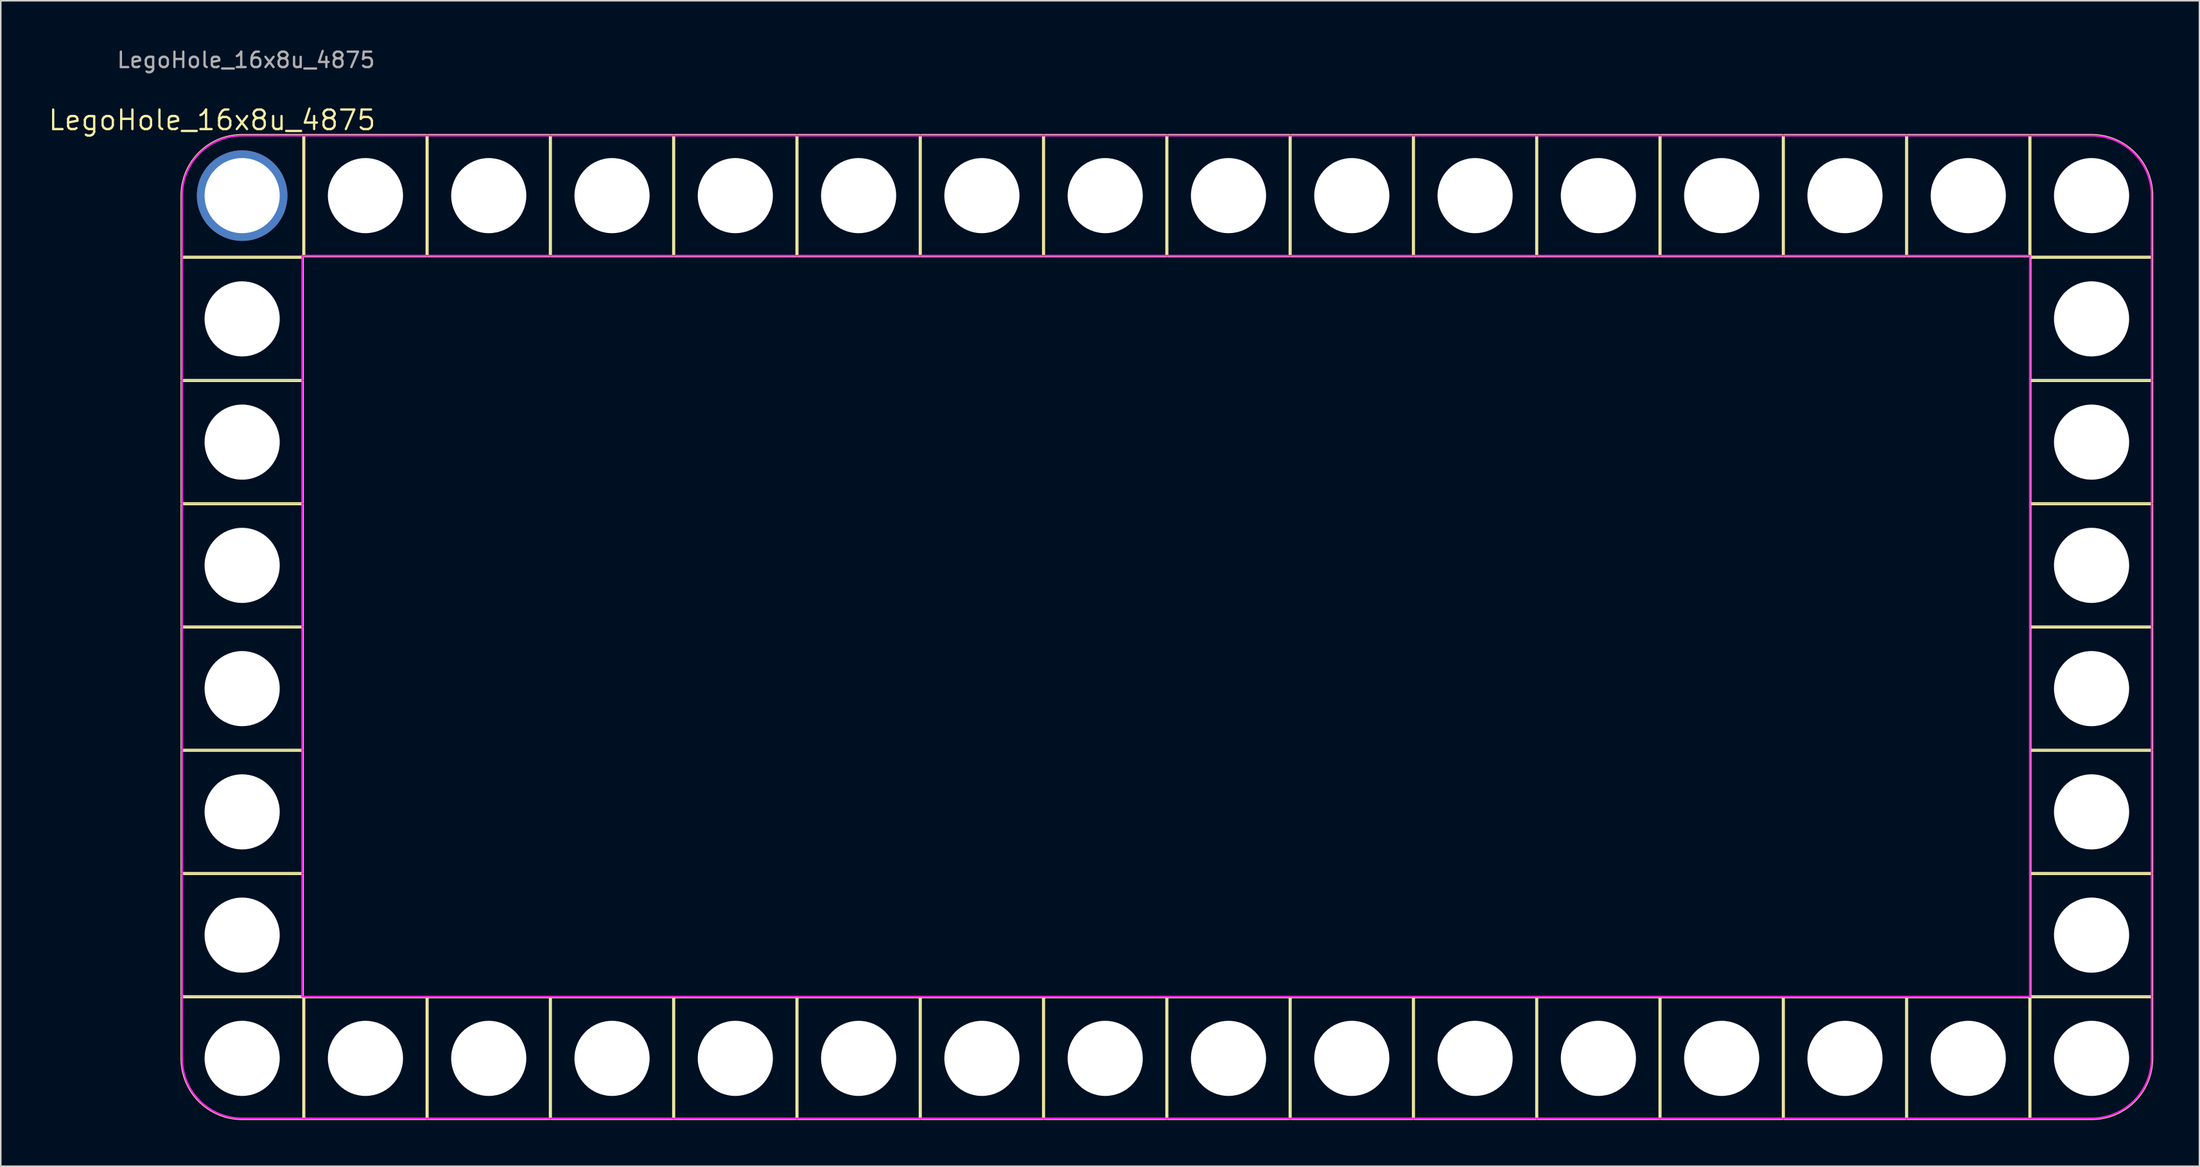
<source format=kicad_pcb>
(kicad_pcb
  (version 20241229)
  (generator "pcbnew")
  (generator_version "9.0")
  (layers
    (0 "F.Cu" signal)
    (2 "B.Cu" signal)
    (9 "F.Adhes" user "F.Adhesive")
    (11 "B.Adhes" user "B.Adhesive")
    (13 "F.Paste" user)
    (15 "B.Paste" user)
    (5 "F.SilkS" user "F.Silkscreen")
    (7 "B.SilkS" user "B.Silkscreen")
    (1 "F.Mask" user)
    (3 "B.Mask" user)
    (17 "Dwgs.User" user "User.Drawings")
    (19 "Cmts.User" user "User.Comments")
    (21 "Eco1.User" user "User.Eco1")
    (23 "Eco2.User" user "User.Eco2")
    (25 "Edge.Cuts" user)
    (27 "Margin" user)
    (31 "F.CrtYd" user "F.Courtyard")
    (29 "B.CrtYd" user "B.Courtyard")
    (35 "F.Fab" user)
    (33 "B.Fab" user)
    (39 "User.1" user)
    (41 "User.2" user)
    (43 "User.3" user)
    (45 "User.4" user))
  (footprint "LegoHole_16x8u_4875"
    (layer "F.Cu")
    (at 7.912 5.948)
    (property "Reference" "LegoHole_16x8u_4875" (at 2.8 -1.2 0) (layer "F.SilkS") (effects (font (size 1.27 1.27) (thickness 0.15))))
    (attr exclude_from_pos_files exclude_from_bom)
    (fp_line (start 0.8 3.7) (end 0.8 7.65) (stroke (width 0.1) (type solid)) (layer "F.SilkS"))
    (fp_line (start 0.8 7.65) (end 8.7 7.65) (stroke (width 0.1) (type solid)) (layer "F.SilkS"))
    (fp_line (start 0.8 59.7) (end 0.8 55.75) (stroke (width 0.1) (type solid)) (layer "F.SilkS"))
    (fp_line (start 4.75 -0.25) (end 8.7 -0.25) (stroke (width 0.1) (type solid)) (layer "F.SilkS"))
    (fp_line (start 4.75 63.65) (end 8.7 63.65) (stroke (width 0.1) (type solid)) (layer "F.SilkS"))
    (fp_line (start 8.7 7.65) (end 8.7 -0.25) (stroke (width 0.1) (type solid)) (layer "F.SilkS"))
    (fp_line (start 8.7 55.75) (end 0.8 55.75) (stroke (width 0.1) (type solid)) (layer "F.SilkS"))
    (fp_line (start 8.7 63.65) (end 8.7 55.75) (stroke (width 0.1) (type solid)) (layer "F.SilkS"))
    (fp_line (start 120.8 -0.25) (end 120.8 7.65) (stroke (width 0.1) (type solid)) (layer "F.SilkS"))
    (fp_line (start 120.8 7.65) (end 128.7 7.65) (stroke (width 0.1) (type solid)) (layer "F.SilkS"))
    (fp_line (start 120.8 55.75) (end 120.8 63.65) (stroke (width 0.1) (type solid)) (layer "F.SilkS"))
    (fp_line (start 124.75 -0.25) (end 120.8 -0.25) (stroke (width 0.1) (type solid)) (layer "F.SilkS"))
    (fp_line (start 124.75 63.65) (end 120.8 63.65) (stroke (width 0.1) (type solid)) (layer "F.SilkS"))
    (fp_line (start 128.7 3.7) (end 128.7 7.65) (stroke (width 0.1) (type solid)) (layer "F.SilkS"))
    (fp_line (start 128.7 55.75) (end 120.8 55.75) (stroke (width 0.1) (type solid)) (layer "F.SilkS"))
    (fp_line (start 128.7 59.7) (end 128.7 55.75) (stroke (width 0.1) (type solid)) (layer "F.SilkS"))
    (fp_rect (start 8.7 15.65) (end 0.8 7.75) (stroke (width 0.1) (type solid)) (fill no) (layer "F.SilkS"))
    (fp_rect (start 8.7 23.65) (end 0.8 15.75) (stroke (width 0.1) (type solid)) (fill no) (layer "F.SilkS"))
    (fp_rect (start 8.7 31.65) (end 0.8 23.75) (stroke (width 0.1) (type solid)) (fill no) (layer "F.SilkS"))
    (fp_rect (start 8.7 39.65) (end 0.8 31.75) (stroke (width 0.1) (type solid)) (fill no) (layer "F.SilkS"))
    (fp_rect (start 8.7 47.65) (end 0.8 39.75) (stroke (width 0.1) (type solid)) (fill no) (layer "F.SilkS"))
    (fp_rect (start 8.7 55.65) (end 0.8 47.75) (stroke (width 0.1) (type solid)) (fill no) (layer "F.SilkS"))
    (fp_rect (start 8.8 7.65) (end 16.7 -0.25) (stroke (width 0.1) (type solid)) (fill no) (layer "F.SilkS"))
    (fp_rect (start 16.7 55.75) (end 8.8 63.65) (stroke (width 0.1) (type solid)) (fill no) (layer "F.SilkS"))
    (fp_rect (start 16.8 7.65) (end 24.7 -0.25) (stroke (width 0.1) (type solid)) (fill no) (layer "F.SilkS"))
    (fp_rect (start 24.7 55.75) (end 16.8 63.65) (stroke (width 0.1) (type solid)) (fill no) (layer "F.SilkS"))
    (fp_rect (start 24.8 7.65) (end 32.7 -0.25) (stroke (width 0.1) (type solid)) (fill no) (layer "F.SilkS"))
    (fp_rect (start 32.7 55.75) (end 24.8 63.65) (stroke (width 0.1) (type solid)) (fill no) (layer "F.SilkS"))
    (fp_rect (start 32.8 7.65) (end 40.7 -0.25) (stroke (width 0.1) (type solid)) (fill no) (layer "F.SilkS"))
    (fp_rect (start 40.7 55.75) (end 32.8 63.65) (stroke (width 0.1) (type solid)) (fill no) (layer "F.SilkS"))
    (fp_rect (start 40.8 7.65) (end 48.7 -0.25) (stroke (width 0.1) (type solid)) (fill no) (layer "F.SilkS"))
    (fp_rect (start 48.7 55.75) (end 40.8 63.65) (stroke (width 0.1) (type solid)) (fill no) (layer "F.SilkS"))
    (fp_rect (start 48.8 7.65) (end 56.7 -0.25) (stroke (width 0.1) (type solid)) (fill no) (layer "F.SilkS"))
    (fp_rect (start 56.7 55.75) (end 48.8 63.65) (stroke (width 0.1) (type solid)) (fill no) (layer "F.SilkS"))
    (fp_rect (start 56.8 7.65) (end 64.7 -0.25) (stroke (width 0.1) (type solid)) (fill no) (layer "F.SilkS"))
    (fp_rect (start 64.7 55.75) (end 56.8 63.65) (stroke (width 0.1) (type solid)) (fill no) (layer "F.SilkS"))
    (fp_rect (start 64.8 7.65) (end 72.7 -0.25) (stroke (width 0.1) (type solid)) (fill no) (layer "F.SilkS"))
    (fp_rect (start 72.7 55.75) (end 64.8 63.65) (stroke (width 0.1) (type solid)) (fill no) (layer "F.SilkS"))
    (fp_rect (start 72.8 7.65) (end 80.7 -0.25) (stroke (width 0.1) (type solid)) (fill no) (layer "F.SilkS"))
    (fp_rect (start 80.7 55.75) (end 72.8 63.65) (stroke (width 0.1) (type solid)) (fill no) (layer "F.SilkS"))
    (fp_rect (start 80.8 7.65) (end 88.7 -0.25) (stroke (width 0.1) (type solid)) (fill no) (layer "F.SilkS"))
    (fp_rect (start 88.7 55.75) (end 80.8 63.65) (stroke (width 0.1) (type solid)) (fill no) (layer "F.SilkS"))
    (fp_rect (start 88.8 7.65) (end 96.7 -0.25) (stroke (width 0.1) (type solid)) (fill no) (layer "F.SilkS"))
    (fp_rect (start 96.7 55.75) (end 88.8 63.65) (stroke (width 0.1) (type solid)) (fill no) (layer "F.SilkS"))
    (fp_rect (start 96.8 7.65) (end 104.7 -0.25) (stroke (width 0.1) (type solid)) (fill no) (layer "F.SilkS"))
    (fp_rect (start 104.7 55.75) (end 96.8 63.65) (stroke (width 0.1) (type solid)) (fill no) (layer "F.SilkS"))
    (fp_rect (start 104.8 7.65) (end 112.7 -0.25) (stroke (width 0.1) (type solid)) (fill no) (layer "F.SilkS"))
    (fp_rect (start 112.7 55.75) (end 104.8 63.65) (stroke (width 0.1) (type solid)) (fill no) (layer "F.SilkS"))
    (fp_rect (start 112.8 7.65) (end 120.7 -0.25) (stroke (width 0.1) (type solid)) (fill no) (layer "F.SilkS"))
    (fp_rect (start 120.7 55.75) (end 112.8 63.65) (stroke (width 0.1) (type solid)) (fill no) (layer "F.SilkS"))
    (fp_rect (start 120.8 7.75) (end 128.7 15.65) (stroke (width 0.1) (type solid)) (fill no) (layer "F.SilkS"))
    (fp_rect (start 120.8 15.75) (end 128.7 23.65) (stroke (width 0.1) (type solid)) (fill no) (layer "F.SilkS"))
    (fp_rect (start 120.8 23.75) (end 128.7 31.65) (stroke (width 0.1) (type solid)) (fill no) (layer "F.SilkS"))
    (fp_rect (start 120.8 31.75) (end 128.7 39.65) (stroke (width 0.1) (type solid)) (fill no) (layer "F.SilkS"))
    (fp_rect (start 120.8 39.75) (end 128.7 47.65) (stroke (width 0.1) (type solid)) (fill no) (layer "F.SilkS"))
    (fp_rect (start 120.8 47.75) (end 128.7 55.65) (stroke (width 0.1) (type solid)) (fill no) (layer "F.SilkS"))
    (fp_arc (start 0.8 3.7) (mid 1.956928 0.906928) (end 4.75 -0.25) (stroke (width 0.1) (type solid)) (layer "F.SilkS"))
    (fp_arc (start 4.75 63.65) (mid 1.956928 62.493072) (end 0.8 59.7) (stroke (width 0.1) (type solid)) (layer "F.SilkS"))
    (fp_arc (start 124.75 -0.25) (mid 127.543072 0.906928) (end 128.7 3.7) (stroke (width 0.1) (type solid)) (layer "F.SilkS"))
    (fp_arc (start 128.7 59.7) (mid 127.543072 62.493072) (end 124.75 63.65) (stroke (width 0.1) (type solid)) (layer "F.SilkS"))
    (fp_line (start 0.85 3.7) (end 0.85 59.7) (stroke (width 0.12) (type solid)) (layer "F.CrtYd"))
    (fp_line (start 8.65 7.6) (end 120.75 7.6) (stroke (width 0.12) (type solid)) (layer "F.CrtYd"))
    (fp_line (start 8.65 55.7) (end 8.65 7.6) (stroke (width 0.12) (type solid)) (layer "F.CrtYd"))
    (fp_line (start 8.65 63.6) (end 4.75 63.6) (stroke (width 0.12) (type solid)) (layer "F.CrtYd"))
    (fp_line (start 8.65 63.6) (end 124.75 63.6) (stroke (width 0.12) (type solid)) (layer "F.CrtYd"))
    (fp_line (start 120.75 7.6) (end 120.75 55.7) (stroke (width 0.12) (type solid)) (layer "F.CrtYd"))
    (fp_line (start 120.75 55.7) (end 8.65 55.7) (stroke (width 0.12) (type solid)) (layer "F.CrtYd"))
    (fp_line (start 120.85 -0.2) (end 4.75 -0.2) (stroke (width 0.12) (type solid)) (layer "F.CrtYd"))
    (fp_line (start 120.85 -0.2) (end 124.75 -0.2) (stroke (width 0.12) (type solid)) (layer "F.CrtYd"))
    (fp_line (start 128.65 59.7) (end 128.65 3.7) (stroke (width 0.12) (type solid)) (layer "F.CrtYd"))
    (fp_arc (start 0.85 3.7) (mid 1.992284 0.942284) (end 4.75 -0.2) (stroke (width 0.12) (type solid)) (layer "F.CrtYd"))
    (fp_arc (start 4.75 63.6) (mid 1.992284 62.457716) (end 0.85 59.7) (stroke (width 0.12) (type solid)) (layer "F.CrtYd"))
    (fp_arc (start 124.75 -0.2) (mid 127.507716 0.942284) (end 128.65 3.7) (stroke (width 0.12) (type solid)) (layer "F.CrtYd"))
    (fp_arc (start 128.65 59.7) (mid 127.507716 62.457716) (end 124.75 63.6) (stroke (width 0.12) (type solid)) (layer "F.CrtYd"))
    (fp_text user "${REFERENCE}" (at 5 -5.1 180) (layer "F.Fab") (effects (font (size 1 1) (thickness 0.15))))
    (pad "" np_thru_hole circle (at 4.75 3.7 90) (size 5.875 5.875) (drill 4.875) (layers "*.Cu" "*.Mask"))
    (pad "" np_thru_hole circle (at 4.75 11.7 180) (size 4.875 4.875) (drill 4.875) (layers "*.Cu" "*.Mask"))
    (pad "" np_thru_hole circle (at 4.75 19.7 180) (size 4.875 4.875) (drill 4.875) (layers "*.Cu" "*.Mask"))
    (pad "" np_thru_hole circle (at 4.75 27.7 180) (size 4.875 4.875) (drill 4.875) (layers "*.Cu" "*.Mask"))
    (pad "" np_thru_hole circle (at 4.75 35.7 180) (size 4.875 4.875) (drill 4.875) (layers "*.Cu" "*.Mask"))
    (pad "" np_thru_hole circle (at 4.75 43.7 180) (size 4.875 4.875) (drill 4.875) (layers "*.Cu" "*.Mask"))
    (pad "" np_thru_hole circle (at 4.75 51.7 180) (size 4.875 4.875) (drill 4.875) (layers "*.Cu" "*.Mask"))
    (pad "" np_thru_hole circle (at 4.75 59.7 180) (size 4.875 4.875) (drill 4.875) (layers "*.Cu" "*.Mask"))
    (pad "" np_thru_hole circle (at 12.75 3.7 90) (size 4.875 4.875) (drill 4.875) (layers "*.Cu" "*.Mask"))
    (pad "" np_thru_hole circle (at 12.75 59.7 270) (size 4.875 4.875) (drill 4.875) (layers "*.Cu" "*.Mask"))
    (pad "" np_thru_hole circle (at 20.75 3.7 90) (size 4.875 4.875) (drill 4.875) (layers "*.Cu" "*.Mask"))
    (pad "" np_thru_hole circle (at 20.75 59.7 270) (size 4.875 4.875) (drill 4.875) (layers "*.Cu" "*.Mask"))
    (pad "" np_thru_hole circle (at 28.75 3.7 90) (size 4.875 4.875) (drill 4.875) (layers "*.Cu" "*.Mask"))
    (pad "" np_thru_hole circle (at 28.75 59.7 270) (size 4.875 4.875) (drill 4.875) (layers "*.Cu" "*.Mask"))
    (pad "" np_thru_hole circle (at 36.75 3.7 90) (size 4.875 4.875) (drill 4.875) (layers "*.Cu" "*.Mask"))
    (pad "" np_thru_hole circle (at 36.75 59.7 270) (size 4.875 4.875) (drill 4.875) (layers "*.Cu" "*.Mask"))
    (pad "" np_thru_hole circle (at 44.75 3.7 90) (size 4.875 4.875) (drill 4.875) (layers "*.Cu" "*.Mask"))
    (pad "" np_thru_hole circle (at 44.75 59.7 270) (size 4.875 4.875) (drill 4.875) (layers "*.Cu" "*.Mask"))
    (pad "" np_thru_hole circle (at 52.75 3.7 90) (size 4.875 4.875) (drill 4.875) (layers "*.Cu" "*.Mask"))
    (pad "" np_thru_hole circle (at 52.75 59.7 270) (size 4.875 4.875) (drill 4.875) (layers "*.Cu" "*.Mask"))
    (pad "" np_thru_hole circle (at 60.75 3.7 90) (size 4.875 4.875) (drill 4.875) (layers "*.Cu" "*.Mask"))
    (pad "" np_thru_hole circle (at 60.75 59.7 270) (size 4.875 4.875) (drill 4.875) (layers "*.Cu" "*.Mask"))
    (pad "" np_thru_hole circle (at 68.75 3.7 90) (size 4.875 4.875) (drill 4.875) (layers "*.Cu" "*.Mask"))
    (pad "" np_thru_hole circle (at 68.75 59.7 270) (size 4.875 4.875) (drill 4.875) (layers "*.Cu" "*.Mask"))
    (pad "" np_thru_hole circle (at 76.75 3.7 90) (size 4.875 4.875) (drill 4.875) (layers "*.Cu" "*.Mask"))
    (pad "" np_thru_hole circle (at 76.75 59.7 270) (size 4.875 4.875) (drill 4.875) (layers "*.Cu" "*.Mask"))
    (pad "" np_thru_hole circle (at 84.75 3.7 90) (size 4.875 4.875) (drill 4.875) (layers "*.Cu" "*.Mask"))
    (pad "" np_thru_hole circle (at 84.75 59.7 270) (size 4.875 4.875) (drill 4.875) (layers "*.Cu" "*.Mask"))
    (pad "" np_thru_hole circle (at 92.75 3.7 90) (size 4.875 4.875) (drill 4.875) (layers "*.Cu" "*.Mask"))
    (pad "" np_thru_hole circle (at 92.75 59.7 270) (size 4.875 4.875) (drill 4.875) (layers "*.Cu" "*.Mask"))
    (pad "" np_thru_hole circle (at 100.75 3.7 90) (size 4.875 4.875) (drill 4.875) (layers "*.Cu" "*.Mask"))
    (pad "" np_thru_hole circle (at 100.75 59.7 270) (size 4.875 4.875) (drill 4.875) (layers "*.Cu" "*.Mask"))
    (pad "" np_thru_hole circle (at 108.75 3.7 90) (size 4.875 4.875) (drill 4.875) (layers "*.Cu" "*.Mask"))
    (pad "" np_thru_hole circle (at 108.75 59.7 270) (size 4.875 4.875) (drill 4.875) (layers "*.Cu" "*.Mask"))
    (pad "" np_thru_hole circle (at 116.75 3.7 90) (size 4.875 4.875) (drill 4.875) (layers "*.Cu" "*.Mask"))
    (pad "" np_thru_hole circle (at 116.75 59.7 270) (size 4.875 4.875) (drill 4.875) (layers "*.Cu" "*.Mask"))
    (pad "" np_thru_hole circle (at 124.75 3.7) (size 4.875 4.875) (drill 4.875) (layers "*.Cu" "*.Mask"))
    (pad "" np_thru_hole circle (at 124.75 11.7) (size 4.875 4.875) (drill 4.875) (layers "*.Cu" "*.Mask"))
    (pad "" np_thru_hole circle (at 124.75 19.7) (size 4.875 4.875) (drill 4.875) (layers "*.Cu" "*.Mask"))
    (pad "" np_thru_hole circle (at 124.75 27.7) (size 4.875 4.875) (drill 4.875) (layers "*.Cu" "*.Mask"))
    (pad "" np_thru_hole circle (at 124.75 35.7) (size 4.875 4.875) (drill 4.875) (layers "*.Cu" "*.Mask"))
    (pad "" np_thru_hole circle (at 124.75 43.7) (size 4.875 4.875) (drill 4.875) (layers "*.Cu" "*.Mask"))
    (pad "" np_thru_hole circle (at 124.75 51.7) (size 4.875 4.875) (drill 4.875) (layers "*.Cu" "*.Mask"))
    (pad "" np_thru_hole circle (at 124.75 59.7 270) (size 4.875 4.875) (drill 4.875) (layers "*.Cu" "*.Mask")))
  (gr_rect
    (start -3 -3)
    (end 139.662 72.648)
    (stroke (width 0.1) (type default))
    (fill no)
    (layer "Edge.Cuts")))
</source>
